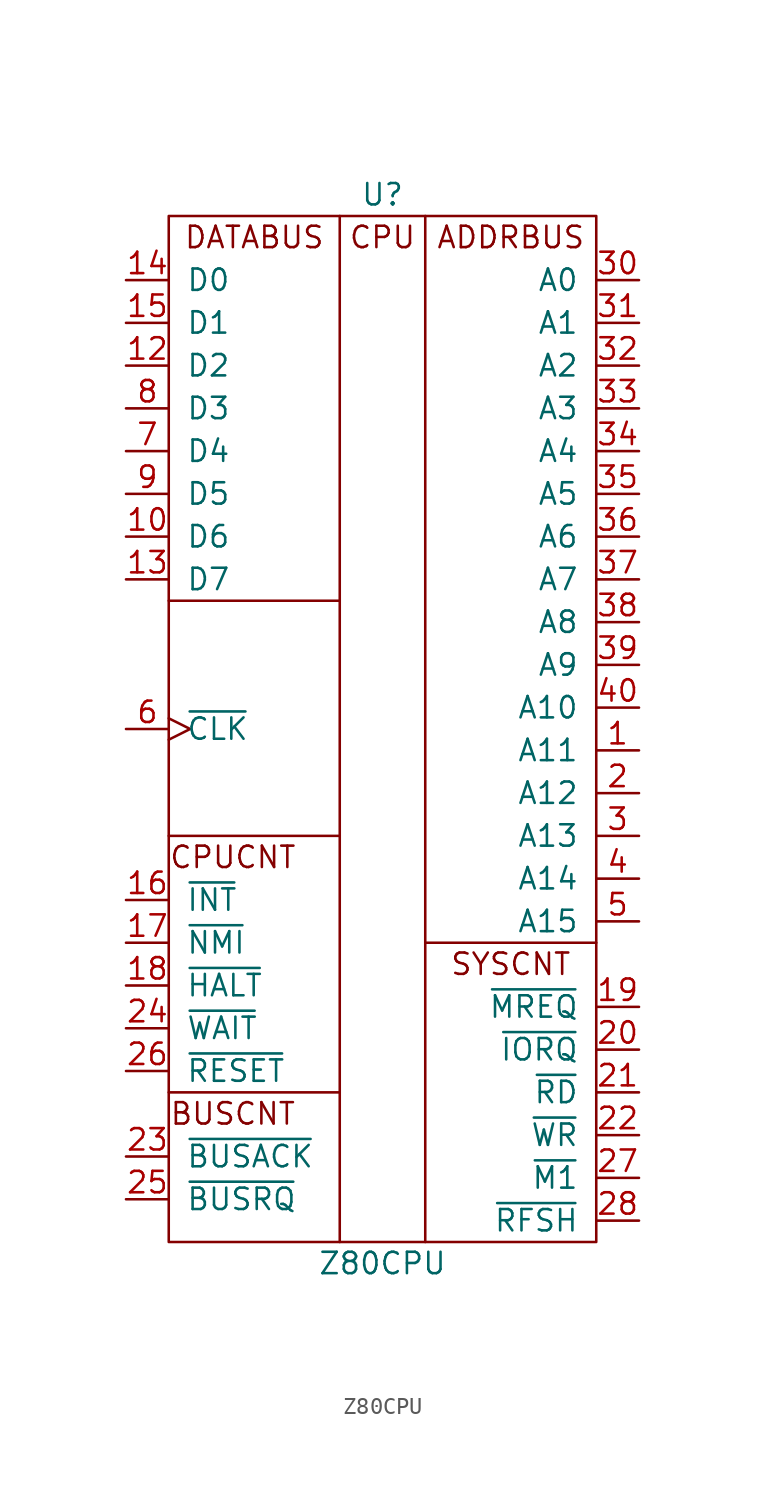
<source format=kicad_sym>
(kicad_symbol_lib
  (version 20211014)
  (generator kicad_symbol_editor)
  (symbol "Z80CPU"
    (pin_names
      (offset 1.016))
    (property "Reference" "U"
      (at 0 31.75 0)
      (effects (font (size 1.27 1.27))))
    (property "Value" "Z80CPU"
      (at 0 -31.75 0)
      (effects (font (size 1.27 1.27))))
    (symbol "Z80CPU_0_0"
      (polyline (pts (xy -12.7 -21.59) (xy -2.54 -21.59)) (stroke (width 0) (type default) (color 0 0 0 0)) (fill (type none)))
      (polyline (pts (xy -12.7 -6.35) (xy -2.54 -6.35)) (stroke (width 0) (type default) (color 0 0 0 0)) (fill (type none)))
      (polyline (pts (xy -12.7 7.62) (xy -2.54 7.62)) (stroke (width 0) (type default) (color 0 0 0 0)) (fill (type none)))
      (polyline (pts (xy 2.54 -12.7) (xy 12.7 -12.7)) (stroke (width 0) (type default) (color 0 0 0 0)) (fill (type none)))
      (polyline (pts (xy 2.54 30.48) (xy 2.54 -30.48)) (stroke (width 0) (type default) (color 0 0 0 0)) (fill (type none)))
      (polyline (pts (xy -2.54 30.48) (xy -2.54 -19.05) (xy -2.54 -30.48)) (stroke (width 0) (type default) (color 0 0 0 0)) (fill (type none)))
      (text "ADDRBUS" (at 7.62 29.21 0) (effects (font (size 1.27 1.27))))
      (text "BUSCNT" (at -8.89 -22.86 0) (effects (font (size 1.27 1.27))))
      (text "CPU" (at 0 29.21 0) (effects (font (size 1.27 1.27))))
      (text "CPUCNT" (at -8.89 -7.62 0) (effects (font (size 1.27 1.27))))
      (text "DATABUS" (at -7.62 29.21 0) (effects (font (size 1.27 1.27))))
      (text "SYSCNT" (at 7.62 -13.97 0) (effects (font (size 1.27 1.27)))))
    (symbol "Z80CPU_0_1"
      (rectangle (start -12.7 30.48) (end 12.7 -30.48) (stroke (width 0) (type default) (color 0 0 0 0)) (fill (type none)))
      (pin power_in line (at 12.7 30.48 180) (length 0) hide (name "VCC" (effects (font (size 1.27 1.27)))) (number "11" (effects (font (size 1.27 1.27)))))
      (pin power_in line (at 12.7 -30.48 180) (length 0) hide (name "GND" (effects (font (size 1.27 1.27)))) (number "29" (effects (font (size 1.27 1.27))))))
    (symbol "Z80CPU_1_1"
      (pin output line (at 15.24 -1.27 180) (length 2.54) (name "A11" (effects (font (size 1.27 1.27)))) (number "1" (effects (font (size 1.27 1.27)))))
      (pin bidirectional line (at -15.24 11.43 0) (length 2.54) (name "D6" (effects (font (size 1.27 1.27)))) (number "10" (effects (font (size 1.27 1.27)))))
      (pin bidirectional line (at -15.24 21.59 0) (length 2.54) (name "D2" (effects (font (size 1.27 1.27)))) (number "12" (effects (font (size 1.27 1.27)))))
      (pin bidirectional line (at -15.24 8.89 0) (length 2.54) (name "D7" (effects (font (size 1.27 1.27)))) (number "13" (effects (font (size 1.27 1.27)))))
      (pin bidirectional line (at -15.24 26.67 0) (length 2.54) (name "D0" (effects (font (size 1.27 1.27)))) (number "14" (effects (font (size 1.27 1.27)))))
      (pin bidirectional line (at -15.24 24.13 0) (length 2.54) (name "D1" (effects (font (size 1.27 1.27)))) (number "15" (effects (font (size 1.27 1.27)))))
      (pin input line (at -15.24 -10.16 0) (length 2.54) (name "~{INT}" (effects (font (size 1.27 1.27)))) (number "16" (effects (font (size 1.27 1.27)))))
      (pin input line (at -15.24 -12.7 0) (length 2.54) (name "~{NMI}" (effects (font (size 1.27 1.27)))) (number "17" (effects (font (size 1.27 1.27)))))
      (pin output line (at -15.24 -15.24 0) (length 2.54) (name "~{HALT}" (effects (font (size 1.27 1.27)))) (number "18" (effects (font (size 1.27 1.27)))))
      (pin output line (at 15.24 -16.51 180) (length 2.54) (name "~{MREQ}" (effects (font (size 1.27 1.27)))) (number "19" (effects (font (size 1.27 1.27)))))
      (pin output line (at 15.24 -3.81 180) (length 2.54) (name "A12" (effects (font (size 1.27 1.27)))) (number "2" (effects (font (size 1.27 1.27)))))
      (pin output line (at 15.24 -19.05 180) (length 2.54) (name "~{IORQ}" (effects (font (size 1.27 1.27)))) (number "20" (effects (font (size 1.27 1.27)))))
      (pin output line (at 15.24 -21.59 180) (length 2.54) (name "~{RD}" (effects (font (size 1.27 1.27)))) (number "21" (effects (font (size 1.27 1.27)))))
      (pin output line (at 15.24 -24.13 180) (length 2.54) (name "~{WR}" (effects (font (size 1.27 1.27)))) (number "22" (effects (font (size 1.27 1.27)))))
      (pin output line (at -15.24 -25.4 0) (length 2.54) (name "~{BUSACK}" (effects (font (size 1.27 1.27)))) (number "23" (effects (font (size 1.27 1.27)))))
      (pin input line (at -15.24 -17.78 0) (length 2.54) (name "~{WAIT}" (effects (font (size 1.27 1.27)))) (number "24" (effects (font (size 1.27 1.27)))))
      (pin input line (at -15.24 -27.94 0) (length 2.54) (name "~{BUSRQ}" (effects (font (size 1.27 1.27)))) (number "25" (effects (font (size 1.27 1.27)))))
      (pin input line (at -15.24 -20.32 0) (length 2.54) (name "~{RESET}" (effects (font (size 1.27 1.27)))) (number "26" (effects (font (size 1.27 1.27)))))
      (pin output line (at 15.24 -26.67 180) (length 2.54) (name "~{M1}" (effects (font (size 1.27 1.27)))) (number "27" (effects (font (size 1.27 1.27)))))
      (pin output line (at 15.24 -29.21 180) (length 2.54) (name "~{RFSH}" (effects (font (size 1.27 1.27)))) (number "28" (effects (font (size 1.27 1.27)))))
      (pin output line (at 15.24 -6.35 180) (length 2.54) (name "A13" (effects (font (size 1.27 1.27)))) (number "3" (effects (font (size 1.27 1.27)))))
      (pin output line (at 15.24 26.67 180) (length 2.54) (name "A0" (effects (font (size 1.27 1.27)))) (number "30" (effects (font (size 1.27 1.27)))))
      (pin output line (at 15.24 24.13 180) (length 2.54) (name "A1" (effects (font (size 1.27 1.27)))) (number "31" (effects (font (size 1.27 1.27)))))
      (pin output line (at 15.24 21.59 180) (length 2.54) (name "A2" (effects (font (size 1.27 1.27)))) (number "32" (effects (font (size 1.27 1.27)))))
      (pin output line (at 15.24 19.05 180) (length 2.54) (name "A3" (effects (font (size 1.27 1.27)))) (number "33" (effects (font (size 1.27 1.27)))))
      (pin output line (at 15.24 16.51 180) (length 2.54) (name "A4" (effects (font (size 1.27 1.27)))) (number "34" (effects (font (size 1.27 1.27)))))
      (pin output line (at 15.24 13.97 180) (length 2.54) (name "A5" (effects (font (size 1.27 1.27)))) (number "35" (effects (font (size 1.27 1.27)))))
      (pin output line (at 15.24 11.43 180) (length 2.54) (name "A6" (effects (font (size 1.27 1.27)))) (number "36" (effects (font (size 1.27 1.27)))))
      (pin output line (at 15.24 8.89 180) (length 2.54) (name "A7" (effects (font (size 1.27 1.27)))) (number "37" (effects (font (size 1.27 1.27)))))
      (pin output line (at 15.24 6.35 180) (length 2.54) (name "A8" (effects (font (size 1.27 1.27)))) (number "38" (effects (font (size 1.27 1.27)))))
      (pin output line (at 15.24 3.81 180) (length 2.54) (name "A9" (effects (font (size 1.27 1.27)))) (number "39" (effects (font (size 1.27 1.27)))))
      (pin output line (at 15.24 -8.89 180) (length 2.54) (name "A14" (effects (font (size 1.27 1.27)))) (number "4" (effects (font (size 1.27 1.27)))))
      (pin output line (at 15.24 1.27 180) (length 2.54) (name "A10" (effects (font (size 1.27 1.27)))) (number "40" (effects (font (size 1.27 1.27)))))
      (pin output line (at 15.24 -11.43 180) (length 2.54) (name "A15" (effects (font (size 1.27 1.27)))) (number "5" (effects (font (size 1.27 1.27)))))
      (pin input clock (at -15.24 0 0) (length 2.54) (name "~{CLK}" (effects (font (size 1.27 1.27)))) (number "6" (effects (font (size 1.27 1.27)))))
      (pin bidirectional line (at -15.24 16.51 0) (length 2.54) (name "D4" (effects (font (size 1.27 1.27)))) (number "7" (effects (font (size 1.27 1.27)))))
      (pin bidirectional line (at -15.24 19.05 0) (length 2.54) (name "D3" (effects (font (size 1.27 1.27)))) (number "8" (effects (font (size 1.27 1.27)))))
      (pin bidirectional line (at -15.24 13.97 0) (length 2.54) (name "D5" (effects (font (size 1.27 1.27)))) (number "9" (effects (font (size 1.27 1.27))))))))
</source>
